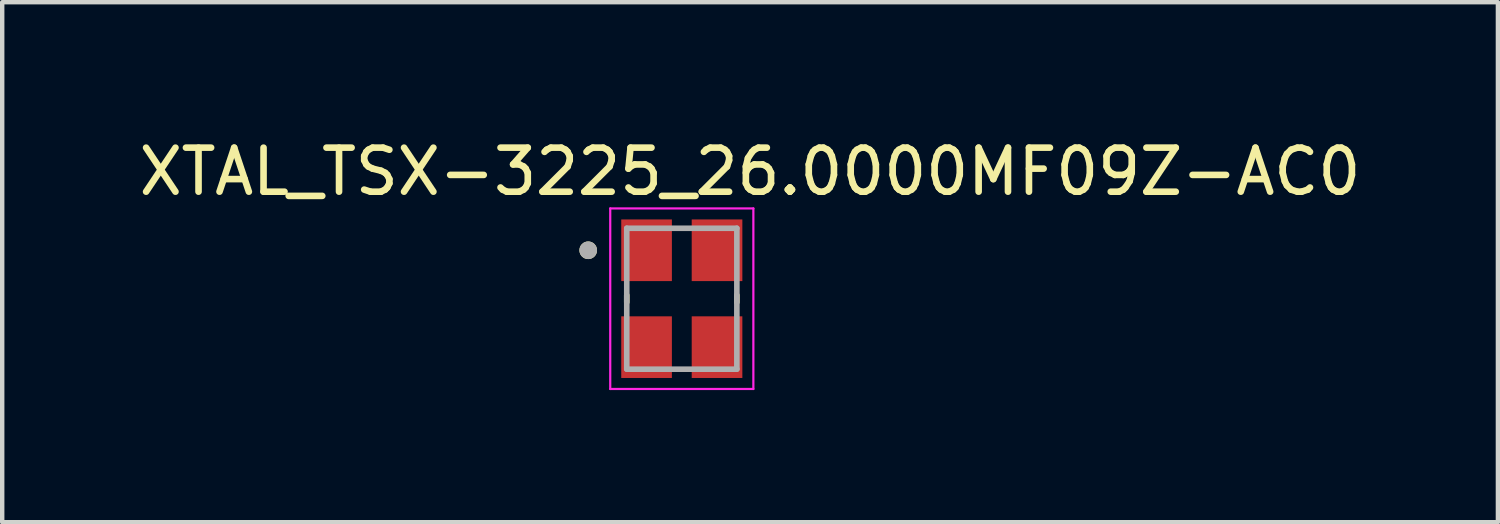
<source format=kicad_pcb>
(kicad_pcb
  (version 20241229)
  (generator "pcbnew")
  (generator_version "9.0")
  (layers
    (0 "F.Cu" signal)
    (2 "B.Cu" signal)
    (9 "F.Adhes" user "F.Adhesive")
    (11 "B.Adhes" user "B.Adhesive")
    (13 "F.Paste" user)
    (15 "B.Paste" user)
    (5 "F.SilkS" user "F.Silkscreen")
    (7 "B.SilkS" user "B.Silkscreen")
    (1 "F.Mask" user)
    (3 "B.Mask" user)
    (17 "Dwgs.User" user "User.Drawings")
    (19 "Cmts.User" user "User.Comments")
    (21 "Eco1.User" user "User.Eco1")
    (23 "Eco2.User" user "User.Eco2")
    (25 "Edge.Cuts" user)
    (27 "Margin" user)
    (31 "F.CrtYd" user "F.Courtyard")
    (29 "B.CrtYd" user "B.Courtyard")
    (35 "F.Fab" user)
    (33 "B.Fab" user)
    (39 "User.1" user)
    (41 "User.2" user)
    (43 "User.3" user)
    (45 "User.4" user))
  (footprint "XTAL_TSX-3225_26.0000MF09Z-AC0"
    (layer "F.Cu")
    (at 12.432 3.733)
    (property "Reference" "XTAL_TSX-3225_26.0000MF09Z-AC0" (at 1.55 -2.885 0) (layer "F.SilkS") (effects (font (size 1 1) (thickness 0.15))))
    (attr smd)
    (fp_line (start -1.25 -0.08) (end -1.25 0.08) (stroke (width 0.127) (type solid)) (layer "F.SilkS"))
    (fp_line (start 1.25 -0.08) (end 1.25 0.08) (stroke (width 0.127) (type solid)) (layer "F.SilkS"))
    (fp_circle (center -2.125 -1.1) (end -2.025 -1.1) (stroke (width 0.2) (type solid)) (fill no) (layer "F.SilkS"))
    (fp_line (start -1.625 -2.05) (end -1.625 2.05) (stroke (width 0.05) (type solid)) (layer "F.CrtYd"))
    (fp_line (start -1.625 -2.05) (end 1.625 -2.05) (stroke (width 0.05) (type solid)) (layer "F.CrtYd"))
    (fp_line (start 1.625 -2.05) (end 1.625 2.05) (stroke (width 0.05) (type solid)) (layer "F.CrtYd"))
    (fp_line (start 1.625 2.05) (end -1.625 2.05) (stroke (width 0.05) (type solid)) (layer "F.CrtYd"))
    (fp_line (start -1.25 -1.6) (end -1.25 1.6) (stroke (width 0.127) (type solid)) (layer "F.Fab"))
    (fp_line (start -1.25 -1.6) (end 1.25 -1.6) (stroke (width 0.127) (type solid)) (layer "F.Fab"))
    (fp_line (start 1.25 -1.6) (end 1.25 1.6) (stroke (width 0.127) (type solid)) (layer "F.Fab"))
    (fp_line (start 1.25 1.6) (end -1.25 1.6) (stroke (width 0.127) (type solid)) (layer "F.Fab"))
    (fp_circle (center -2.125 -1.1) (end -2.025 -1.1) (stroke (width 0.2) (type solid)) (fill no) (layer "F.Fab"))
    (pad "1" smd rect (at -0.8 -1.1) (size 1.15 1.4) (layers "F.Cu" "F.Mask" "F.Paste"))
    (pad "2" smd rect (at -0.8 1.1) (size 1.15 1.4) (layers "F.Cu" "F.Mask" "F.Paste"))
    (pad "3" smd rect (at 0.8 1.1) (size 1.15 1.4) (layers "F.Cu" "F.Mask" "F.Paste"))
    (pad "4" smd rect (at 0.8 -1.1) (size 1.15 1.4) (layers "F.Cu" "F.Mask" "F.Paste")))
  (gr_rect
    (start -3 -3)
    (end 30.964 8.808)
    (stroke (width 0.1) (type default))
    (fill no)
    (layer "Edge.Cuts")))
</source>
